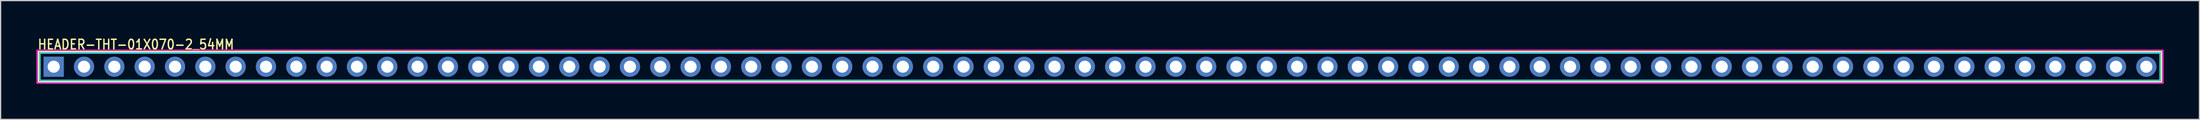
<source format=kicad_pcb>
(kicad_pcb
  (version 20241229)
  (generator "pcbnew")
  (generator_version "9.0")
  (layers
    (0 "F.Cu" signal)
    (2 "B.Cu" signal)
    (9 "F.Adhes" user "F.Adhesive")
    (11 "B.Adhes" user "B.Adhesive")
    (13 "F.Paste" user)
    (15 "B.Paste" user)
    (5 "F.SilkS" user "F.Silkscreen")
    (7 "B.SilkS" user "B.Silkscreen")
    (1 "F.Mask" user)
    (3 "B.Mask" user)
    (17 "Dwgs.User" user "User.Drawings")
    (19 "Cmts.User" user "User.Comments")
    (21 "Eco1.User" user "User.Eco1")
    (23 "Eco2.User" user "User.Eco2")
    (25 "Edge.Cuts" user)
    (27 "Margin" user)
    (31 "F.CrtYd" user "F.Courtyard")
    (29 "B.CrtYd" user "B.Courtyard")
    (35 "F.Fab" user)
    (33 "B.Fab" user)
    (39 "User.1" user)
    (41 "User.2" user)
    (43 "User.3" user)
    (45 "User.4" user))
  (footprint "HEADER-THT-01X070-2_54MM"
    (layer "F.Cu")
    (at 1.447 2.579)
    (property "Reference" "HEADER-THT-01X070-2_54MM" (at -1.4 -1.4 0) (unlocked yes) (layer "F.SilkS") (effects (font (size 0.813 0.695) (thickness 0.122)) (justify left bottom)))
    (fp_line (start -1.27 -1.27) (end -1.27 1.27) (stroke (width 0.127) (type solid)) (layer "F.SilkS"))
    (fp_line (start -1.27 1.27) (end 176.53 1.27) (stroke (width 0.127) (type solid)) (layer "F.SilkS"))
    (fp_line (start 176.53 -1.27) (end -1.27 -1.27) (stroke (width 0.127) (type solid)) (layer "F.SilkS"))
    (fp_line (start 176.53 1.27) (end 176.53 -1.27) (stroke (width 0.127) (type solid)) (layer "F.SilkS"))
    (fp_poly (pts (xy -1.143 -1.143) (xy 176.403 -1.143) (xy 176.403 1.143) (xy -1.143 1.143)) (stroke (width 0.1) (type solid)) (fill no) (layer "B.CrtYd"))
    (fp_poly (pts (xy -1.397 -1.397) (xy 176.657 -1.397) (xy 176.657 1.397) (xy -1.397 1.397)) (stroke (width 0.1) (type solid)) (fill no) (layer "F.CrtYd"))
    (pad "P$1" thru_hole rect (at 0 0) (size 1.693 1.693) (drill 1.016) (layers "*.Cu" "*.Mask"))
    (pad "P$2" thru_hole oval (at 2.54 0) (size 1.693 1.693) (drill 1.016) (layers "*.Cu" "*.Mask"))
    (pad "P$3" thru_hole oval (at 5.08 0) (size 1.693 1.693) (drill 1.016) (layers "*.Cu" "*.Mask"))
    (pad "P$4" thru_hole oval (at 7.62 0) (size 1.693 1.693) (drill 1.016) (layers "*.Cu" "*.Mask"))
    (pad "P$5" thru_hole oval (at 10.16 0) (size 1.693 1.693) (drill 1.016) (layers "*.Cu" "*.Mask"))
    (pad "P$6" thru_hole oval (at 12.7 0) (size 1.693 1.693) (drill 1.016) (layers "*.Cu" "*.Mask"))
    (pad "P$7" thru_hole oval (at 15.24 0) (size 1.693 1.693) (drill 1.016) (layers "*.Cu" "*.Mask"))
    (pad "P$8" thru_hole oval (at 17.78 0) (size 1.693 1.693) (drill 1.016) (layers "*.Cu" "*.Mask"))
    (pad "P$9" thru_hole oval (at 20.32 0) (size 1.693 1.693) (drill 1.016) (layers "*.Cu" "*.Mask"))
    (pad "P$10" thru_hole oval (at 22.86 0) (size 1.693 1.693) (drill 1.016) (layers "*.Cu" "*.Mask"))
    (pad "P$11" thru_hole oval (at 25.4 0) (size 1.693 1.693) (drill 1.016) (layers "*.Cu" "*.Mask"))
    (pad "P$12" thru_hole oval (at 27.94 0) (size 1.693 1.693) (drill 1.016) (layers "*.Cu" "*.Mask"))
    (pad "P$13" thru_hole oval (at 30.48 0) (size 1.693 1.693) (drill 1.016) (layers "*.Cu" "*.Mask"))
    (pad "P$14" thru_hole oval (at 33.02 0) (size 1.693 1.693) (drill 1.016) (layers "*.Cu" "*.Mask"))
    (pad "P$15" thru_hole oval (at 35.56 0) (size 1.693 1.693) (drill 1.016) (layers "*.Cu" "*.Mask"))
    (pad "P$16" thru_hole oval (at 38.1 0) (size 1.693 1.693) (drill 1.016) (layers "*.Cu" "*.Mask"))
    (pad "P$17" thru_hole oval (at 40.64 0) (size 1.693 1.693) (drill 1.016) (layers "*.Cu" "*.Mask"))
    (pad "P$18" thru_hole oval (at 43.18 0) (size 1.693 1.693) (drill 1.016) (layers "*.Cu" "*.Mask"))
    (pad "P$19" thru_hole oval (at 45.72 0) (size 1.693 1.693) (drill 1.016) (layers "*.Cu" "*.Mask"))
    (pad "P$20" thru_hole oval (at 48.26 0) (size 1.693 1.693) (drill 1.016) (layers "*.Cu" "*.Mask"))
    (pad "P$21" thru_hole oval (at 50.8 0) (size 1.693 1.693) (drill 1.016) (layers "*.Cu" "*.Mask"))
    (pad "P$22" thru_hole oval (at 53.34 0) (size 1.693 1.693) (drill 1.016) (layers "*.Cu" "*.Mask"))
    (pad "P$23" thru_hole oval (at 55.88 0) (size 1.693 1.693) (drill 1.016) (layers "*.Cu" "*.Mask"))
    (pad "P$24" thru_hole oval (at 58.42 0) (size 1.693 1.693) (drill 1.016) (layers "*.Cu" "*.Mask"))
    (pad "P$25" thru_hole oval (at 60.96 0) (size 1.693 1.693) (drill 1.016) (layers "*.Cu" "*.Mask"))
    (pad "P$26" thru_hole oval (at 63.5 0) (size 1.693 1.693) (drill 1.016) (layers "*.Cu" "*.Mask"))
    (pad "P$27" thru_hole oval (at 66.04 0) (size 1.693 1.693) (drill 1.016) (layers "*.Cu" "*.Mask"))
    (pad "P$28" thru_hole oval (at 68.58 0) (size 1.693 1.693) (drill 1.016) (layers "*.Cu" "*.Mask"))
    (pad "P$29" thru_hole oval (at 71.12 0) (size 1.693 1.693) (drill 1.016) (layers "*.Cu" "*.Mask"))
    (pad "P$30" thru_hole oval (at 73.66 0) (size 1.693 1.693) (drill 1.016) (layers "*.Cu" "*.Mask"))
    (pad "P$31" thru_hole oval (at 76.2 0) (size 1.693 1.693) (drill 1.016) (layers "*.Cu" "*.Mask"))
    (pad "P$32" thru_hole oval (at 78.74 0) (size 1.693 1.693) (drill 1.016) (layers "*.Cu" "*.Mask"))
    (pad "P$33" thru_hole oval (at 81.28 0) (size 1.693 1.693) (drill 1.016) (layers "*.Cu" "*.Mask"))
    (pad "P$34" thru_hole oval (at 83.82 0) (size 1.693 1.693) (drill 1.016) (layers "*.Cu" "*.Mask"))
    (pad "P$35" thru_hole oval (at 86.36 0) (size 1.693 1.693) (drill 1.016) (layers "*.Cu" "*.Mask"))
    (pad "P$36" thru_hole oval (at 88.9 0) (size 1.693 1.693) (drill 1.016) (layers "*.Cu" "*.Mask"))
    (pad "P$37" thru_hole oval (at 91.44 0) (size 1.693 1.693) (drill 1.016) (layers "*.Cu" "*.Mask"))
    (pad "P$38" thru_hole oval (at 93.98 0) (size 1.693 1.693) (drill 1.016) (layers "*.Cu" "*.Mask"))
    (pad "P$39" thru_hole oval (at 96.52 0) (size 1.693 1.693) (drill 1.016) (layers "*.Cu" "*.Mask"))
    (pad "P$40" thru_hole oval (at 99.06 0) (size 1.693 1.693) (drill 1.016) (layers "*.Cu" "*.Mask"))
    (pad "P$41" thru_hole oval (at 101.6 0) (size 1.693 1.693) (drill 1.016) (layers "*.Cu" "*.Mask"))
    (pad "P$42" thru_hole oval (at 104.14 0) (size 1.693 1.693) (drill 1.016) (layers "*.Cu" "*.Mask"))
    (pad "P$43" thru_hole oval (at 106.68 0) (size 1.693 1.693) (drill 1.016) (layers "*.Cu" "*.Mask"))
    (pad "P$44" thru_hole oval (at 109.22 0) (size 1.693 1.693) (drill 1.016) (layers "*.Cu" "*.Mask"))
    (pad "P$45" thru_hole oval (at 111.76 0) (size 1.693 1.693) (drill 1.016) (layers "*.Cu" "*.Mask"))
    (pad "P$46" thru_hole oval (at 114.3 0) (size 1.693 1.693) (drill 1.016) (layers "*.Cu" "*.Mask"))
    (pad "P$47" thru_hole oval (at 116.84 0) (size 1.693 1.693) (drill 1.016) (layers "*.Cu" "*.Mask"))
    (pad "P$48" thru_hole oval (at 119.38 0) (size 1.693 1.693) (drill 1.016) (layers "*.Cu" "*.Mask"))
    (pad "P$49" thru_hole oval (at 121.92 0) (size 1.693 1.693) (drill 1.016) (layers "*.Cu" "*.Mask"))
    (pad "P$50" thru_hole oval (at 124.46 0) (size 1.693 1.693) (drill 1.016) (layers "*.Cu" "*.Mask"))
    (pad "P$51" thru_hole oval (at 127 0) (size 1.693 1.693) (drill 1.016) (layers "*.Cu" "*.Mask"))
    (pad "P$52" thru_hole oval (at 129.54 0) (size 1.693 1.693) (drill 1.016) (layers "*.Cu" "*.Mask"))
    (pad "P$53" thru_hole oval (at 132.08 0) (size 1.693 1.693) (drill 1.016) (layers "*.Cu" "*.Mask"))
    (pad "P$54" thru_hole oval (at 134.62 0) (size 1.693 1.693) (drill 1.016) (layers "*.Cu" "*.Mask"))
    (pad "P$55" thru_hole oval (at 137.16 0) (size 1.693 1.693) (drill 1.016) (layers "*.Cu" "*.Mask"))
    (pad "P$56" thru_hole oval (at 139.7 0) (size 1.693 1.693) (drill 1.016) (layers "*.Cu" "*.Mask"))
    (pad "P$57" thru_hole oval (at 142.24 0) (size 1.693 1.693) (drill 1.016) (layers "*.Cu" "*.Mask"))
    (pad "P$58" thru_hole oval (at 144.78 0) (size 1.693 1.693) (drill 1.016) (layers "*.Cu" "*.Mask"))
    (pad "P$59" thru_hole oval (at 147.32 0) (size 1.693 1.693) (drill 1.016) (layers "*.Cu" "*.Mask"))
    (pad "P$60" thru_hole oval (at 149.86 0) (size 1.693 1.693) (drill 1.016) (layers "*.Cu" "*.Mask"))
    (pad "P$61" thru_hole oval (at 152.4 0) (size 1.693 1.693) (drill 1.016) (layers "*.Cu" "*.Mask"))
    (pad "P$62" thru_hole oval (at 154.94 0) (size 1.693 1.693) (drill 1.016) (layers "*.Cu" "*.Mask"))
    (pad "P$63" thru_hole oval (at 157.48 0) (size 1.693 1.693) (drill 1.016) (layers "*.Cu" "*.Mask"))
    (pad "P$64" thru_hole oval (at 160.02 0) (size 1.693 1.693) (drill 1.016) (layers "*.Cu" "*.Mask"))
    (pad "P$65" thru_hole oval (at 162.56 0) (size 1.693 1.693) (drill 1.016) (layers "*.Cu" "*.Mask"))
    (pad "P$66" thru_hole oval (at 165.1 0) (size 1.693 1.693) (drill 1.016) (layers "*.Cu" "*.Mask"))
    (pad "P$67" thru_hole oval (at 167.64 0) (size 1.693 1.693) (drill 1.016) (layers "*.Cu" "*.Mask"))
    (pad "P$68" thru_hole oval (at 170.18 0) (size 1.693 1.693) (drill 1.016) (layers "*.Cu" "*.Mask"))
    (pad "P$69" thru_hole oval (at 172.72 0) (size 1.693 1.693) (drill 1.016) (layers "*.Cu" "*.Mask"))
    (pad "P$70" thru_hole oval (at 175.26 0) (size 1.693 1.693) (drill 1.016) (layers "*.Cu" "*.Mask")))
  (gr_rect
    (start -3 -3)
    (end 181.154 7.026)
    (stroke (width 0.1) (type default))
    (fill no)
    (layer "Edge.Cuts")))
</source>
